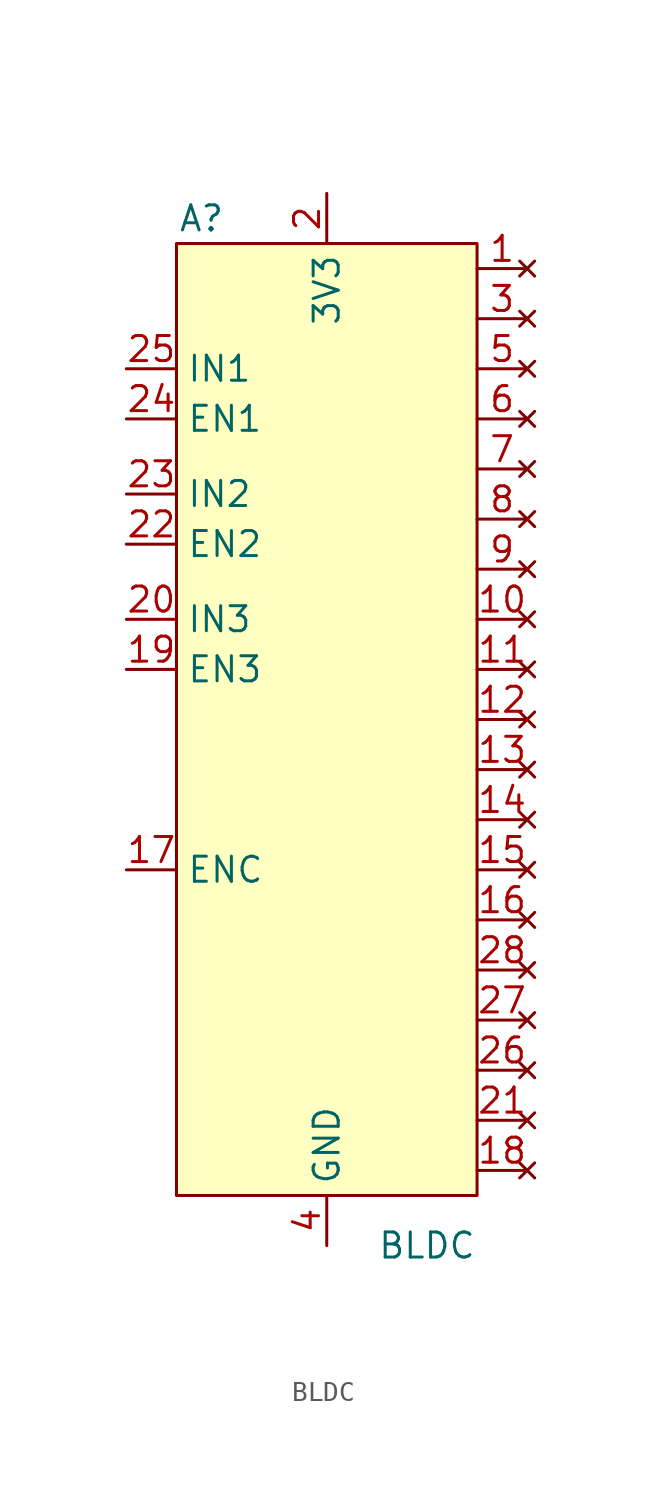
<source format=kicad_sym>
(kicad_symbol_lib
  (version 20211014)
  (generator kicad_symbol_editor)
  (symbol "BLDC"
    (property "Reference" "A"
      (at -6.35 24.13 0)
      (effects (font (size 1.27 1.27))))
    (property "Value" "BLDC"
      (at 5.08 -27.94 0)
      (effects (font (size 1.27 1.27))))
    (symbol "BLDC_0_1"
      (rectangle (start -7.62 22.86) (end 7.62 -25.4) (stroke (width 0) (type default) (color 0 0 0 0)) (fill (type background))))
    (symbol "BLDC_1_1"
      (pin no_connect line (at 10.16 21.59 180) (length 2.54) (name "" (effects (font (size 1.27 1.27)))) (number "1" (effects (font (size 1.27 1.27)))))
      (pin no_connect line (at 10.16 3.81 180) (length 2.54) (name "" (effects (font (size 1.27 1.27)))) (number "10" (effects (font (size 1.27 1.27)))))
      (pin no_connect line (at 10.16 1.27 180) (length 2.54) (name "" (effects (font (size 1.27 1.27)))) (number "11" (effects (font (size 1.27 1.27)))))
      (pin no_connect line (at 10.16 -1.27 180) (length 2.54) (name "" (effects (font (size 1.27 1.27)))) (number "12" (effects (font (size 1.27 1.27)))))
      (pin no_connect line (at 10.16 -3.81 180) (length 2.54) (name "" (effects (font (size 1.27 1.27)))) (number "13" (effects (font (size 1.27 1.27)))))
      (pin no_connect line (at 10.16 -6.35 180) (length 2.54) (name "" (effects (font (size 1.27 1.27)))) (number "14" (effects (font (size 1.27 1.27)))))
      (pin no_connect line (at 10.16 -8.89 180) (length 2.54) (name "" (effects (font (size 1.27 1.27)))) (number "15" (effects (font (size 1.27 1.27)))))
      (pin no_connect line (at 10.16 -11.43 180) (length 2.54) (name "" (effects (font (size 1.27 1.27)))) (number "16" (effects (font (size 1.27 1.27)))))
      (pin output line (at -10.16 -8.89 0) (length 2.54) (name "ENC" (effects (font (size 1.27 1.27)))) (number "17" (effects (font (size 1.27 1.27)))))
      (pin no_connect line (at 10.16 -24.13 180) (length 2.54) (name "" (effects (font (size 1.27 1.27)))) (number "18" (effects (font (size 1.27 1.27)))))
      (pin input line (at -10.16 1.27 0) (length 2.54) (name "EN3" (effects (font (size 1.27 1.27)))) (number "19" (effects (font (size 1.27 1.27)))))
      (pin power_in line (at 0 25.4 270) (length 2.54) (name "3V3" (effects (font (size 1.27 1.27)))) (number "2" (effects (font (size 1.27 1.27)))))
      (pin input line (at -10.16 3.81 0) (length 2.54) (name "IN3" (effects (font (size 1.27 1.27)))) (number "20" (effects (font (size 1.27 1.27)))))
      (pin no_connect line (at 10.16 -21.59 180) (length 2.54) (name "" (effects (font (size 1.27 1.27)))) (number "21" (effects (font (size 1.27 1.27)))))
      (pin input line (at -10.16 7.62 0) (length 2.54) (name "EN2" (effects (font (size 1.27 1.27)))) (number "22" (effects (font (size 1.27 1.27)))))
      (pin input line (at -10.16 10.16 0) (length 2.54) (name "IN2" (effects (font (size 1.27 1.27)))) (number "23" (effects (font (size 1.27 1.27)))))
      (pin input line (at -10.16 13.97 0) (length 2.54) (name "EN1" (effects (font (size 1.27 1.27)))) (number "24" (effects (font (size 1.27 1.27)))))
      (pin input line (at -10.16 16.51 0) (length 2.54) (name "IN1" (effects (font (size 1.27 1.27)))) (number "25" (effects (font (size 1.27 1.27)))))
      (pin no_connect line (at 10.16 -19.05 180) (length 2.54) (name "" (effects (font (size 1.27 1.27)))) (number "26" (effects (font (size 1.27 1.27)))))
      (pin no_connect line (at 10.16 -16.51 180) (length 2.54) (name "" (effects (font (size 1.27 1.27)))) (number "27" (effects (font (size 1.27 1.27)))))
      (pin no_connect line (at 10.16 -13.97 180) (length 2.54) (name "" (effects (font (size 1.27 1.27)))) (number "28" (effects (font (size 1.27 1.27)))))
      (pin no_connect line (at 10.16 19.05 180) (length 2.54) (name "" (effects (font (size 1.27 1.27)))) (number "3" (effects (font (size 1.27 1.27)))))
      (pin power_out line (at 0 -27.94 90) (length 2.54) (name "GND" (effects (font (size 1.27 1.27)))) (number "4" (effects (font (size 1.27 1.27)))))
      (pin no_connect line (at 10.16 16.51 180) (length 2.54) (name "" (effects (font (size 1.27 1.27)))) (number "5" (effects (font (size 1.27 1.27)))))
      (pin no_connect line (at 10.16 13.97 180) (length 2.54) (name "" (effects (font (size 1.27 1.27)))) (number "6" (effects (font (size 1.27 1.27)))))
      (pin no_connect line (at 10.16 11.43 180) (length 2.54) (name "" (effects (font (size 1.27 1.27)))) (number "7" (effects (font (size 1.27 1.27)))))
      (pin no_connect line (at 10.16 8.89 180) (length 2.54) (name "" (effects (font (size 1.27 1.27)))) (number "8" (effects (font (size 1.27 1.27)))))
      (pin no_connect line (at 10.16 6.35 180) (length 2.54) (name "" (effects (font (size 1.27 1.27)))) (number "9" (effects (font (size 1.27 1.27))))))))
</source>
